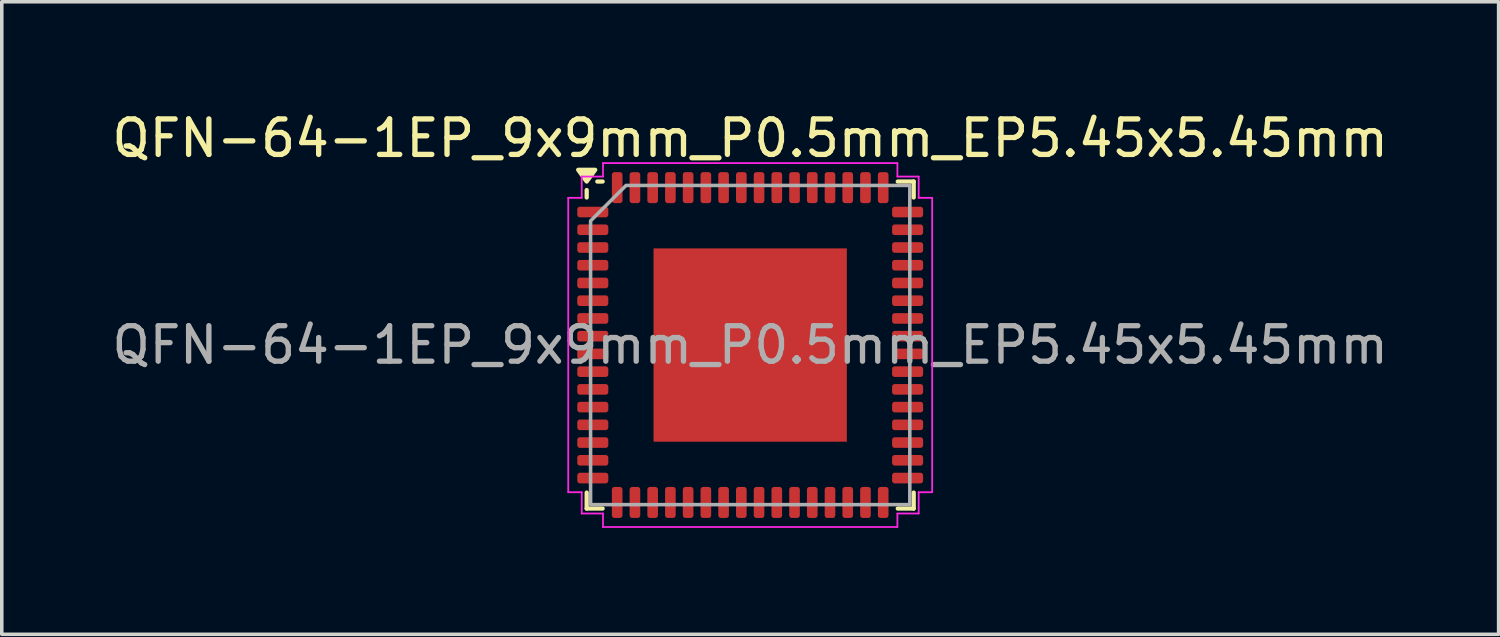
<source format=kicad_pcb>
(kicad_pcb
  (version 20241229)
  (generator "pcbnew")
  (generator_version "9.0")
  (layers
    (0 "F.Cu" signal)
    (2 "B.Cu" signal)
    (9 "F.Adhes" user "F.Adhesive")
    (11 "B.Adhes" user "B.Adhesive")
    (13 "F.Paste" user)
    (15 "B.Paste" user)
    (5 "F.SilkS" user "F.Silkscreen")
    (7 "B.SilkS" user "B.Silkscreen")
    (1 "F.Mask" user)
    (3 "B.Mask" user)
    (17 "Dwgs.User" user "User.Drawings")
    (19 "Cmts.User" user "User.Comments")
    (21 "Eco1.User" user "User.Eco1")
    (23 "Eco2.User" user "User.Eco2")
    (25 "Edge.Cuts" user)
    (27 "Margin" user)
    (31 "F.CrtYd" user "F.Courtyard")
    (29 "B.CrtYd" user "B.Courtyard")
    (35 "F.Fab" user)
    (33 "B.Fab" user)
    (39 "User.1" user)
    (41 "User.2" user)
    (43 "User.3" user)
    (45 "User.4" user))
  (footprint "QFN-64-1EP_9x9mm_P0.5mm_EP5.45x5.45mm"
    (layer "F.Cu")
    (at 18.101 6.678)
    (property "Reference" "QFN-64-1EP_9x9mm_P0.5mm_EP5.45x5.45mm" (at 0 -5.83 0) (layer "F.SilkS") (effects (font (size 1 1) (thickness 0.15))))
    (attr smd)
    (fp_line (start -4.61 -4.16) (end -4.61 -4.37) (stroke (width 0.12) (type solid)) (layer "F.SilkS"))
    (fp_line (start -4.61 4.61) (end -4.61 4.16) (stroke (width 0.12) (type solid)) (layer "F.SilkS"))
    (fp_line (start -4.16 -4.61) (end -4.31 -4.61) (stroke (width 0.12) (type solid)) (layer "F.SilkS"))
    (fp_line (start -4.16 4.61) (end -4.61 4.61) (stroke (width 0.12) (type solid)) (layer "F.SilkS"))
    (fp_line (start 4.16 -4.61) (end 4.61 -4.61) (stroke (width 0.12) (type solid)) (layer "F.SilkS"))
    (fp_line (start 4.16 4.61) (end 4.61 4.61) (stroke (width 0.12) (type solid)) (layer "F.SilkS"))
    (fp_line (start 4.61 -4.61) (end 4.61 -4.16) (stroke (width 0.12) (type solid)) (layer "F.SilkS"))
    (fp_line (start 4.61 4.61) (end 4.61 4.16) (stroke (width 0.12) (type solid)) (layer "F.SilkS"))
    (fp_poly (pts (xy -4.61 -4.61) (xy -4.85 -4.94) (xy -4.37 -4.94)) (stroke (width 0.12) (type solid)) (fill yes) (layer "F.SilkS"))
    (fp_line (start -5.13 -4.15) (end -4.75 -4.15) (stroke (width 0.05) (type solid)) (layer "F.CrtYd"))
    (fp_line (start -5.13 4.15) (end -5.13 -4.15) (stroke (width 0.05) (type solid)) (layer "F.CrtYd"))
    (fp_line (start -4.75 -4.75) (end -4.15 -4.75) (stroke (width 0.05) (type solid)) (layer "F.CrtYd"))
    (fp_line (start -4.75 -4.15) (end -4.75 -4.75) (stroke (width 0.05) (type solid)) (layer "F.CrtYd"))
    (fp_line (start -4.75 4.15) (end -5.13 4.15) (stroke (width 0.05) (type solid)) (layer "F.CrtYd"))
    (fp_line (start -4.75 4.75) (end -4.75 4.15) (stroke (width 0.05) (type solid)) (layer "F.CrtYd"))
    (fp_line (start -4.15 -5.13) (end 4.15 -5.13) (stroke (width 0.05) (type solid)) (layer "F.CrtYd"))
    (fp_line (start -4.15 -4.75) (end -4.15 -5.13) (stroke (width 0.05) (type solid)) (layer "F.CrtYd"))
    (fp_line (start -4.15 4.75) (end -4.75 4.75) (stroke (width 0.05) (type solid)) (layer "F.CrtYd"))
    (fp_line (start -4.15 5.13) (end -4.15 4.75) (stroke (width 0.05) (type solid)) (layer "F.CrtYd"))
    (fp_line (start 4.15 -5.13) (end 4.15 -4.75) (stroke (width 0.05) (type solid)) (layer "F.CrtYd"))
    (fp_line (start 4.15 -4.75) (end 4.75 -4.75) (stroke (width 0.05) (type solid)) (layer "F.CrtYd"))
    (fp_line (start 4.15 4.75) (end 4.15 5.13) (stroke (width 0.05) (type solid)) (layer "F.CrtYd"))
    (fp_line (start 4.15 5.13) (end -4.15 5.13) (stroke (width 0.05) (type solid)) (layer "F.CrtYd"))
    (fp_line (start 4.75 -4.75) (end 4.75 -4.15) (stroke (width 0.05) (type solid)) (layer "F.CrtYd"))
    (fp_line (start 4.75 -4.15) (end 5.13 -4.15) (stroke (width 0.05) (type solid)) (layer "F.CrtYd"))
    (fp_line (start 4.75 4.15) (end 4.75 4.75) (stroke (width 0.05) (type solid)) (layer "F.CrtYd"))
    (fp_line (start 4.75 4.75) (end 4.15 4.75) (stroke (width 0.05) (type solid)) (layer "F.CrtYd"))
    (fp_line (start 5.13 -4.15) (end 5.13 4.15) (stroke (width 0.05) (type solid)) (layer "F.CrtYd"))
    (fp_line (start 5.13 4.15) (end 4.75 4.15) (stroke (width 0.05) (type solid)) (layer "F.CrtYd"))
    (fp_poly (pts (xy -4.5 -3.5) (xy -4.5 4.5) (xy 4.5 4.5) (xy 4.5 -4.5) (xy -3.5 -4.5)) (stroke (width 0.1) (type solid)) (fill no) (layer "F.Fab"))
    (fp_text user "${REFERENCE}" (at 0 0 0) (layer "F.Fab") (effects (font (size 1 1) (thickness 0.15))))
    (pad "" smd roundrect (at -2.04 -2.04) (size 1.1 1.1) (layers "F.Paste") (roundrect_rratio 0.227))
    (pad "" smd roundrect (at -2.04 -0.68) (size 1.1 1.1) (layers "F.Paste") (roundrect_rratio 0.227))
    (pad "" smd roundrect (at -2.04 0.68) (size 1.1 1.1) (layers "F.Paste") (roundrect_rratio 0.227))
    (pad "" smd roundrect (at -2.04 2.04) (size 1.1 1.1) (layers "F.Paste") (roundrect_rratio 0.227))
    (pad "" smd roundrect (at -0.68 -2.04) (size 1.1 1.1) (layers "F.Paste") (roundrect_rratio 0.227))
    (pad "" smd roundrect (at -0.68 -0.68) (size 1.1 1.1) (layers "F.Paste") (roundrect_rratio 0.227))
    (pad "" smd roundrect (at -0.68 0.68) (size 1.1 1.1) (layers "F.Paste") (roundrect_rratio 0.227))
    (pad "" smd roundrect (at -0.68 2.04) (size 1.1 1.1) (layers "F.Paste") (roundrect_rratio 0.227))
    (pad "" smd roundrect (at 0.68 -2.04) (size 1.1 1.1) (layers "F.Paste") (roundrect_rratio 0.227))
    (pad "" smd roundrect (at 0.68 -0.68) (size 1.1 1.1) (layers "F.Paste") (roundrect_rratio 0.227))
    (pad "" smd roundrect (at 0.68 0.68) (size 1.1 1.1) (layers "F.Paste") (roundrect_rratio 0.227))
    (pad "" smd roundrect (at 0.68 2.04) (size 1.1 1.1) (layers "F.Paste") (roundrect_rratio 0.227))
    (pad "" smd roundrect (at 2.04 -2.04) (size 1.1 1.1) (layers "F.Paste") (roundrect_rratio 0.227))
    (pad "" smd roundrect (at 2.04 -0.68) (size 1.1 1.1) (layers "F.Paste") (roundrect_rratio 0.227))
    (pad "" smd roundrect (at 2.04 0.68) (size 1.1 1.1) (layers "F.Paste") (roundrect_rratio 0.227))
    (pad "" smd roundrect (at 2.04 2.04) (size 1.1 1.1) (layers "F.Paste") (roundrect_rratio 0.227))
    (pad "1" smd roundrect (at -4.438 -3.75) (size 0.875 0.3) (layers "F.Cu" "F.Mask" "F.Paste") (roundrect_rratio 0.25))
    (pad "2" smd roundrect (at -4.438 -3.25) (size 0.875 0.3) (layers "F.Cu" "F.Mask" "F.Paste") (roundrect_rratio 0.25))
    (pad "3" smd roundrect (at -4.438 -2.75) (size 0.875 0.3) (layers "F.Cu" "F.Mask" "F.Paste") (roundrect_rratio 0.25))
    (pad "4" smd roundrect (at -4.438 -2.25) (size 0.875 0.3) (layers "F.Cu" "F.Mask" "F.Paste") (roundrect_rratio 0.25))
    (pad "5" smd roundrect (at -4.438 -1.75) (size 0.875 0.3) (layers "F.Cu" "F.Mask" "F.Paste") (roundrect_rratio 0.25))
    (pad "6" smd roundrect (at -4.438 -1.25) (size 0.875 0.3) (layers "F.Cu" "F.Mask" "F.Paste") (roundrect_rratio 0.25))
    (pad "7" smd roundrect (at -4.438 -0.75) (size 0.875 0.3) (layers "F.Cu" "F.Mask" "F.Paste") (roundrect_rratio 0.25))
    (pad "8" smd roundrect (at -4.438 -0.25) (size 0.875 0.3) (layers "F.Cu" "F.Mask" "F.Paste") (roundrect_rratio 0.25))
    (pad "9" smd roundrect (at -4.438 0.25) (size 0.875 0.3) (layers "F.Cu" "F.Mask" "F.Paste") (roundrect_rratio 0.25))
    (pad "10" smd roundrect (at -4.438 0.75) (size 0.875 0.3) (layers "F.Cu" "F.Mask" "F.Paste") (roundrect_rratio 0.25))
    (pad "11" smd roundrect (at -4.438 1.25) (size 0.875 0.3) (layers "F.Cu" "F.Mask" "F.Paste") (roundrect_rratio 0.25))
    (pad "12" smd roundrect (at -4.438 1.75) (size 0.875 0.3) (layers "F.Cu" "F.Mask" "F.Paste") (roundrect_rratio 0.25))
    (pad "13" smd roundrect (at -4.438 2.25) (size 0.875 0.3) (layers "F.Cu" "F.Mask" "F.Paste") (roundrect_rratio 0.25))
    (pad "14" smd roundrect (at -4.438 2.75) (size 0.875 0.3) (layers "F.Cu" "F.Mask" "F.Paste") (roundrect_rratio 0.25))
    (pad "15" smd roundrect (at -4.438 3.25) (size 0.875 0.3) (layers "F.Cu" "F.Mask" "F.Paste") (roundrect_rratio 0.25))
    (pad "16" smd roundrect (at -4.438 3.75) (size 0.875 0.3) (layers "F.Cu" "F.Mask" "F.Paste") (roundrect_rratio 0.25))
    (pad "17" smd roundrect (at -3.75 4.438) (size 0.3 0.875) (layers "F.Cu" "F.Mask" "F.Paste") (roundrect_rratio 0.25))
    (pad "18" smd roundrect (at -3.25 4.438) (size 0.3 0.875) (layers "F.Cu" "F.Mask" "F.Paste") (roundrect_rratio 0.25))
    (pad "19" smd roundrect (at -2.75 4.438) (size 0.3 0.875) (layers "F.Cu" "F.Mask" "F.Paste") (roundrect_rratio 0.25))
    (pad "20" smd roundrect (at -2.25 4.438) (size 0.3 0.875) (layers "F.Cu" "F.Mask" "F.Paste") (roundrect_rratio 0.25))
    (pad "21" smd roundrect (at -1.75 4.438) (size 0.3 0.875) (layers "F.Cu" "F.Mask" "F.Paste") (roundrect_rratio 0.25))
    (pad "22" smd roundrect (at -1.25 4.438) (size 0.3 0.875) (layers "F.Cu" "F.Mask" "F.Paste") (roundrect_rratio 0.25))
    (pad "23" smd roundrect (at -0.75 4.438) (size 0.3 0.875) (layers "F.Cu" "F.Mask" "F.Paste") (roundrect_rratio 0.25))
    (pad "24" smd roundrect (at -0.25 4.438) (size 0.3 0.875) (layers "F.Cu" "F.Mask" "F.Paste") (roundrect_rratio 0.25))
    (pad "25" smd roundrect (at 0.25 4.438) (size 0.3 0.875) (layers "F.Cu" "F.Mask" "F.Paste") (roundrect_rratio 0.25))
    (pad "26" smd roundrect (at 0.75 4.438) (size 0.3 0.875) (layers "F.Cu" "F.Mask" "F.Paste") (roundrect_rratio 0.25))
    (pad "27" smd roundrect (at 1.25 4.438) (size 0.3 0.875) (layers "F.Cu" "F.Mask" "F.Paste") (roundrect_rratio 0.25))
    (pad "28" smd roundrect (at 1.75 4.438) (size 0.3 0.875) (layers "F.Cu" "F.Mask" "F.Paste") (roundrect_rratio 0.25))
    (pad "29" smd roundrect (at 2.25 4.438) (size 0.3 0.875) (layers "F.Cu" "F.Mask" "F.Paste") (roundrect_rratio 0.25))
    (pad "30" smd roundrect (at 2.75 4.438) (size 0.3 0.875) (layers "F.Cu" "F.Mask" "F.Paste") (roundrect_rratio 0.25))
    (pad "31" smd roundrect (at 3.25 4.438) (size 0.3 0.875) (layers "F.Cu" "F.Mask" "F.Paste") (roundrect_rratio 0.25))
    (pad "32" smd roundrect (at 3.75 4.438) (size 0.3 0.875) (layers "F.Cu" "F.Mask" "F.Paste") (roundrect_rratio 0.25))
    (pad "33" smd roundrect (at 4.438 3.75) (size 0.875 0.3) (layers "F.Cu" "F.Mask" "F.Paste") (roundrect_rratio 0.25))
    (pad "34" smd roundrect (at 4.438 3.25) (size 0.875 0.3) (layers "F.Cu" "F.Mask" "F.Paste") (roundrect_rratio 0.25))
    (pad "35" smd roundrect (at 4.438 2.75) (size 0.875 0.3) (layers "F.Cu" "F.Mask" "F.Paste") (roundrect_rratio 0.25))
    (pad "36" smd roundrect (at 4.438 2.25) (size 0.875 0.3) (layers "F.Cu" "F.Mask" "F.Paste") (roundrect_rratio 0.25))
    (pad "37" smd roundrect (at 4.438 1.75) (size 0.875 0.3) (layers "F.Cu" "F.Mask" "F.Paste") (roundrect_rratio 0.25))
    (pad "38" smd roundrect (at 4.438 1.25) (size 0.875 0.3) (layers "F.Cu" "F.Mask" "F.Paste") (roundrect_rratio 0.25))
    (pad "39" smd roundrect (at 4.438 0.75) (size 0.875 0.3) (layers "F.Cu" "F.Mask" "F.Paste") (roundrect_rratio 0.25))
    (pad "40" smd roundrect (at 4.438 0.25) (size 0.875 0.3) (layers "F.Cu" "F.Mask" "F.Paste") (roundrect_rratio 0.25))
    (pad "41" smd roundrect (at 4.438 -0.25) (size 0.875 0.3) (layers "F.Cu" "F.Mask" "F.Paste") (roundrect_rratio 0.25))
    (pad "42" smd roundrect (at 4.438 -0.75) (size 0.875 0.3) (layers "F.Cu" "F.Mask" "F.Paste") (roundrect_rratio 0.25))
    (pad "43" smd roundrect (at 4.438 -1.25) (size 0.875 0.3) (layers "F.Cu" "F.Mask" "F.Paste") (roundrect_rratio 0.25))
    (pad "44" smd roundrect (at 4.438 -1.75) (size 0.875 0.3) (layers "F.Cu" "F.Mask" "F.Paste") (roundrect_rratio 0.25))
    (pad "45" smd roundrect (at 4.438 -2.25) (size 0.875 0.3) (layers "F.Cu" "F.Mask" "F.Paste") (roundrect_rratio 0.25))
    (pad "46" smd roundrect (at 4.438 -2.75) (size 0.875 0.3) (layers "F.Cu" "F.Mask" "F.Paste") (roundrect_rratio 0.25))
    (pad "47" smd roundrect (at 4.438 -3.25) (size 0.875 0.3) (layers "F.Cu" "F.Mask" "F.Paste") (roundrect_rratio 0.25))
    (pad "48" smd roundrect (at 4.438 -3.75) (size 0.875 0.3) (layers "F.Cu" "F.Mask" "F.Paste") (roundrect_rratio 0.25))
    (pad "49" smd roundrect (at 3.75 -4.438) (size 0.3 0.875) (layers "F.Cu" "F.Mask" "F.Paste") (roundrect_rratio 0.25))
    (pad "50" smd roundrect (at 3.25 -4.438) (size 0.3 0.875) (layers "F.Cu" "F.Mask" "F.Paste") (roundrect_rratio 0.25))
    (pad "51" smd roundrect (at 2.75 -4.438) (size 0.3 0.875) (layers "F.Cu" "F.Mask" "F.Paste") (roundrect_rratio 0.25))
    (pad "52" smd roundrect (at 2.25 -4.438) (size 0.3 0.875) (layers "F.Cu" "F.Mask" "F.Paste") (roundrect_rratio 0.25))
    (pad "53" smd roundrect (at 1.75 -4.438) (size 0.3 0.875) (layers "F.Cu" "F.Mask" "F.Paste") (roundrect_rratio 0.25))
    (pad "54" smd roundrect (at 1.25 -4.438) (size 0.3 0.875) (layers "F.Cu" "F.Mask" "F.Paste") (roundrect_rratio 0.25))
    (pad "55" smd roundrect (at 0.75 -4.438) (size 0.3 0.875) (layers "F.Cu" "F.Mask" "F.Paste") (roundrect_rratio 0.25))
    (pad "56" smd roundrect (at 0.25 -4.438) (size 0.3 0.875) (layers "F.Cu" "F.Mask" "F.Paste") (roundrect_rratio 0.25))
    (pad "57" smd roundrect (at -0.25 -4.438) (size 0.3 0.875) (layers "F.Cu" "F.Mask" "F.Paste") (roundrect_rratio 0.25))
    (pad "58" smd roundrect (at -0.75 -4.438) (size 0.3 0.875) (layers "F.Cu" "F.Mask" "F.Paste") (roundrect_rratio 0.25))
    (pad "59" smd roundrect (at -1.25 -4.438) (size 0.3 0.875) (layers "F.Cu" "F.Mask" "F.Paste") (roundrect_rratio 0.25))
    (pad "60" smd roundrect (at -1.75 -4.438) (size 0.3 0.875) (layers "F.Cu" "F.Mask" "F.Paste") (roundrect_rratio 0.25))
    (pad "61" smd roundrect (at -2.25 -4.438) (size 0.3 0.875) (layers "F.Cu" "F.Mask" "F.Paste") (roundrect_rratio 0.25))
    (pad "62" smd roundrect (at -2.75 -4.438) (size 0.3 0.875) (layers "F.Cu" "F.Mask" "F.Paste") (roundrect_rratio 0.25))
    (pad "63" smd roundrect (at -3.25 -4.438) (size 0.3 0.875) (layers "F.Cu" "F.Mask" "F.Paste") (roundrect_rratio 0.25))
    (pad "64" smd roundrect (at -3.75 -4.438) (size 0.3 0.875) (layers "F.Cu" "F.Mask" "F.Paste") (roundrect_rratio 0.25))
    (pad "65" smd rect (at 0 0) (size 5.45 5.45) (property pad_prop_heatsink) (layers "F.Cu" "F.Mask")))
  (gr_rect
    (start -3 -3)
    (end 39.202 14.833)
    (stroke (width 0.1) (type default))
    (fill no)
    (layer "Edge.Cuts")))
</source>
